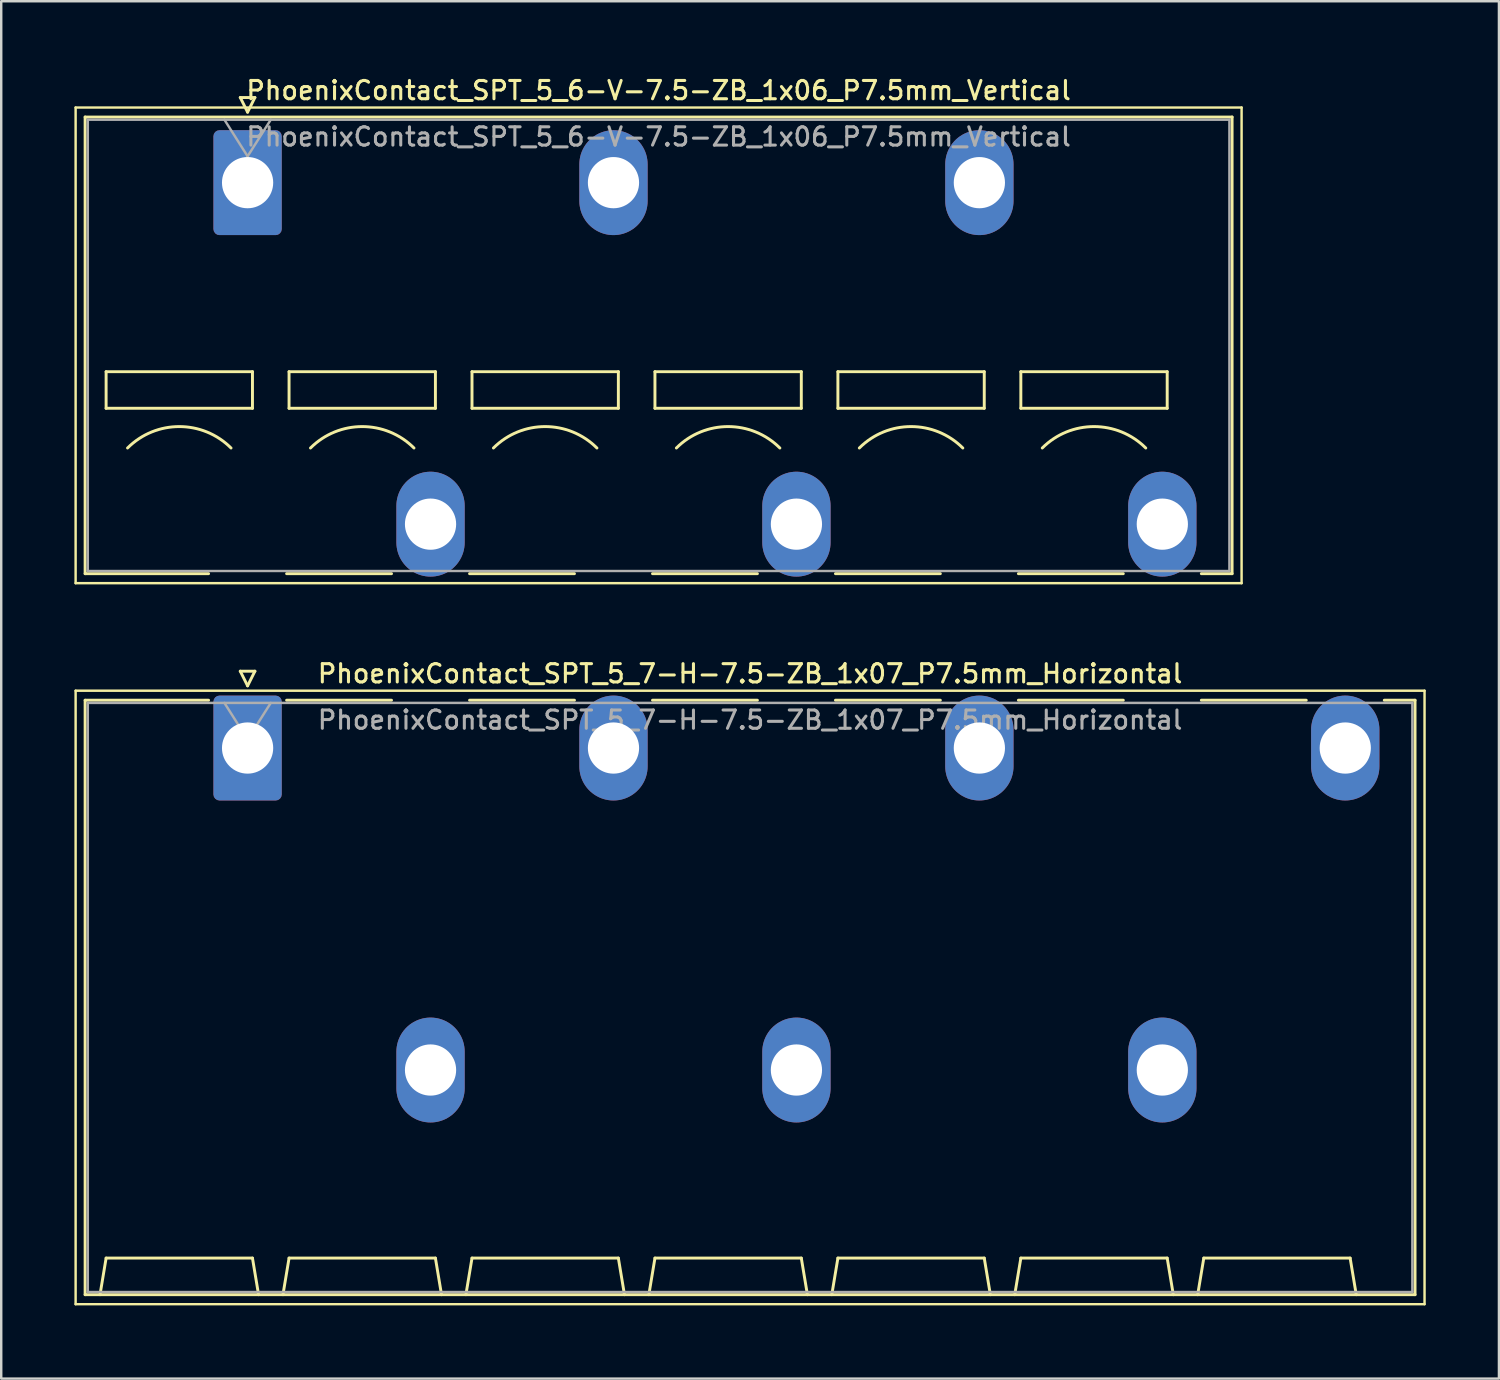
<source format=kicad_pcb>
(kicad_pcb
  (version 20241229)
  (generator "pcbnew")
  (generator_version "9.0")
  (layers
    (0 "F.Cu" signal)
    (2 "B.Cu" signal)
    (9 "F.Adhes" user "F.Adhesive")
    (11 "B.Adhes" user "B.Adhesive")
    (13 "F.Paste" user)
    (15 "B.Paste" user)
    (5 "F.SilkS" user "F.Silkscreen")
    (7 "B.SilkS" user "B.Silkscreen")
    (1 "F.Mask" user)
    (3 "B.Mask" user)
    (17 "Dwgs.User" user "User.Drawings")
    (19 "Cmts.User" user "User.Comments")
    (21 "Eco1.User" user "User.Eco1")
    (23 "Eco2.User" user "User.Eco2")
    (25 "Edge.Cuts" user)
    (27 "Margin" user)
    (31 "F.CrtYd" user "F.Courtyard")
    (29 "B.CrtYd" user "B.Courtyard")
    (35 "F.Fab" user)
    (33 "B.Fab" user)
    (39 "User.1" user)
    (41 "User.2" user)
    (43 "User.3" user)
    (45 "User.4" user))
  (footprint "PhoenixContact_SPT_5_6-V-7.5-ZB_1x06_P7.5mm_Vertical"
    (layer "F.Cu")
    (at 7.1 4.438)
    (property "Reference" "PhoenixContact_SPT_5_6-V-7.5-ZB_1x06_P7.5mm_Vertical" (at 16.85 -3.78 0) (layer "F.SilkS") (effects (font (size 0.75 0.75) (thickness 0.125))))
    (attr through_hole)
    (fp_line (start -7.05 -3.08) (end -7.05 16.42) (stroke (width 0.1) (type solid)) (layer "F.SilkS"))
    (fp_line (start -7.05 16.42) (end 40.75 16.42) (stroke (width 0.1) (type solid)) (layer "F.SilkS"))
    (fp_line (start -6.66 -2.69) (end 40.36 -2.69) (stroke (width 0.12) (type solid)) (layer "F.SilkS"))
    (fp_line (start -6.66 16.03) (end -6.66 -2.69) (stroke (width 0.12) (type solid)) (layer "F.SilkS"))
    (fp_line (start -6.66 16.03) (end -1.6 16.03) (stroke (width 0.12) (type solid)) (layer "F.SilkS"))
    (fp_line (start -5.8 7.75) (end -5.8 9.25) (stroke (width 0.12) (type solid)) (layer "F.SilkS"))
    (fp_line (start -5.8 9.25) (end 0.2 9.25) (stroke (width 0.12) (type solid)) (layer "F.SilkS"))
    (fp_line (start -0.3 -3.49) (end 0 -2.89) (stroke (width 0.12) (type solid)) (layer "F.SilkS"))
    (fp_line (start -0.3 -3.49) (end 0.3 -3.49) (stroke (width 0.12) (type solid)) (layer "F.SilkS"))
    (fp_line (start 0.2 7.75) (end -5.8 7.75) (stroke (width 0.12) (type solid)) (layer "F.SilkS"))
    (fp_line (start 0.2 9.25) (end 0.2 7.75) (stroke (width 0.12) (type solid)) (layer "F.SilkS"))
    (fp_line (start 0.3 -3.49) (end 0 -2.89) (stroke (width 0.12) (type solid)) (layer "F.SilkS"))
    (fp_line (start 1.6 16.03) (end 5.9 16.03) (stroke (width 0.12) (type solid)) (layer "F.SilkS"))
    (fp_line (start 1.7 7.75) (end 1.7 9.25) (stroke (width 0.12) (type solid)) (layer "F.SilkS"))
    (fp_line (start 1.7 9.25) (end 7.7 9.25) (stroke (width 0.12) (type solid)) (layer "F.SilkS"))
    (fp_line (start 7.7 7.75) (end 1.7 7.75) (stroke (width 0.12) (type solid)) (layer "F.SilkS"))
    (fp_line (start 7.7 9.25) (end 7.7 7.75) (stroke (width 0.12) (type solid)) (layer "F.SilkS"))
    (fp_line (start 9.1 16.03) (end 13.4 16.03) (stroke (width 0.12) (type solid)) (layer "F.SilkS"))
    (fp_line (start 9.2 7.75) (end 9.2 9.25) (stroke (width 0.12) (type solid)) (layer "F.SilkS"))
    (fp_line (start 9.2 9.25) (end 15.2 9.25) (stroke (width 0.12) (type solid)) (layer "F.SilkS"))
    (fp_line (start 15.2 7.75) (end 9.2 7.75) (stroke (width 0.12) (type solid)) (layer "F.SilkS"))
    (fp_line (start 15.2 9.25) (end 15.2 7.75) (stroke (width 0.12) (type solid)) (layer "F.SilkS"))
    (fp_line (start 16.6 16.03) (end 20.9 16.03) (stroke (width 0.12) (type solid)) (layer "F.SilkS"))
    (fp_line (start 16.7 7.75) (end 16.7 9.25) (stroke (width 0.12) (type solid)) (layer "F.SilkS"))
    (fp_line (start 16.7 9.25) (end 22.7 9.25) (stroke (width 0.12) (type solid)) (layer "F.SilkS"))
    (fp_line (start 22.7 7.75) (end 16.7 7.75) (stroke (width 0.12) (type solid)) (layer "F.SilkS"))
    (fp_line (start 22.7 9.25) (end 22.7 7.75) (stroke (width 0.12) (type solid)) (layer "F.SilkS"))
    (fp_line (start 24.1 16.03) (end 28.4 16.03) (stroke (width 0.12) (type solid)) (layer "F.SilkS"))
    (fp_line (start 24.2 7.75) (end 24.2 9.25) (stroke (width 0.12) (type solid)) (layer "F.SilkS"))
    (fp_line (start 24.2 9.25) (end 30.2 9.25) (stroke (width 0.12) (type solid)) (layer "F.SilkS"))
    (fp_line (start 30.2 7.75) (end 24.2 7.75) (stroke (width 0.12) (type solid)) (layer "F.SilkS"))
    (fp_line (start 30.2 9.25) (end 30.2 7.75) (stroke (width 0.12) (type solid)) (layer "F.SilkS"))
    (fp_line (start 31.6 16.03) (end 35.9 16.03) (stroke (width 0.12) (type solid)) (layer "F.SilkS"))
    (fp_line (start 31.7 7.75) (end 31.7 9.25) (stroke (width 0.12) (type solid)) (layer "F.SilkS"))
    (fp_line (start 31.7 9.25) (end 37.7 9.25) (stroke (width 0.12) (type solid)) (layer "F.SilkS"))
    (fp_line (start 37.7 7.75) (end 31.7 7.75) (stroke (width 0.12) (type solid)) (layer "F.SilkS"))
    (fp_line (start 37.7 9.25) (end 37.7 7.75) (stroke (width 0.12) (type solid)) (layer "F.SilkS"))
    (fp_line (start 39.1 16.03) (end 40.36 16.03) (stroke (width 0.12) (type solid)) (layer "F.SilkS"))
    (fp_line (start 40.36 -2.69) (end 40.36 16.03) (stroke (width 0.12) (type solid)) (layer "F.SilkS"))
    (fp_line (start 40.75 -3.08) (end -7.05 -3.08) (stroke (width 0.1) (type solid)) (layer "F.SilkS"))
    (fp_line (start 40.75 16.42) (end 40.75 -3.08) (stroke (width 0.1) (type solid)) (layer "F.SilkS"))
    (fp_arc (start -4.92132 10.87868) (mid -2.8 10) (end -0.67868 10.87868) (stroke (width 0.12) (type solid)) (layer "F.SilkS"))
    (fp_arc (start 2.57868 10.87868) (mid 4.7 10) (end 6.82132 10.87868) (stroke (width 0.12) (type solid)) (layer "F.SilkS"))
    (fp_arc (start 10.07868 10.87868) (mid 12.2 10) (end 14.32132 10.87868) (stroke (width 0.12) (type solid)) (layer "F.SilkS"))
    (fp_arc (start 17.57868 10.87868) (mid 19.7 10) (end 21.82132 10.87868) (stroke (width 0.12) (type solid)) (layer "F.SilkS"))
    (fp_arc (start 25.07868 10.87868) (mid 27.2 10) (end 29.32132 10.87868) (stroke (width 0.12) (type solid)) (layer "F.SilkS"))
    (fp_arc (start 32.57868 10.87868) (mid 34.7 10) (end 36.82132 10.87868) (stroke (width 0.12) (type solid)) (layer "F.SilkS"))
    (fp_line (start -6.55 -2.58) (end -6.55 15.92) (stroke (width 0.1) (type solid)) (layer "F.Fab"))
    (fp_line (start -6.55 15.92) (end 40.25 15.92) (stroke (width 0.1) (type solid)) (layer "F.Fab"))
    (fp_line (start -0.95 -2.58) (end 0 -1.08) (stroke (width 0.1) (type solid)) (layer "F.Fab"))
    (fp_line (start 0.95 -2.58) (end 0 -1.08) (stroke (width 0.1) (type solid)) (layer "F.Fab"))
    (fp_line (start 40.25 -2.58) (end -6.55 -2.58) (stroke (width 0.1) (type solid)) (layer "F.Fab"))
    (fp_line (start 40.25 15.92) (end 40.25 -2.58) (stroke (width 0.1) (type solid)) (layer "F.Fab"))
    (fp_text user "${REFERENCE}" (at 16.85 -1.88 0) (layer "F.Fab") (effects (font (size 0.75 0.75) (thickness 0.125))))
    (pad "1" thru_hole roundrect (at 0 0) (size 2.8 4.3) (drill 2.1) (layers "*.Cu" "*.Mask") (roundrect_rratio 0.089))
    (pad "2" thru_hole oval (at 7.5 14) (size 2.8 4.3) (drill 2.1) (layers "*.Cu" "*.Mask"))
    (pad "3" thru_hole oval (at 15 0) (size 2.8 4.3) (drill 2.1) (layers "*.Cu" "*.Mask"))
    (pad "4" thru_hole oval (at 22.5 14) (size 2.8 4.3) (drill 2.1) (layers "*.Cu" "*.Mask"))
    (pad "5" thru_hole oval (at 30 0) (size 2.8 4.3) (drill 2.1) (layers "*.Cu" "*.Mask"))
    (pad "6" thru_hole oval (at 37.5 14) (size 2.8 4.3) (drill 2.1) (layers "*.Cu" "*.Mask")))
  (footprint "PhoenixContact_SPT_5_7-H-7.5-ZB_1x07_P7.5mm_Horizontal"
    (layer "F.Cu")
    (at 7.1 27.616)
    (property "Reference" "PhoenixContact_SPT_5_7-H-7.5-ZB_1x07_P7.5mm_Horizontal" (at 20.6 -3.05 0) (layer "F.SilkS") (effects (font (size 0.75 0.75) (thickness 0.125))))
    (attr through_hole)
    (fp_line (start -7.05 -2.35) (end -7.05 22.8) (stroke (width 0.1) (type solid)) (layer "F.SilkS"))
    (fp_line (start -7.05 22.8) (end 48.25 22.8) (stroke (width 0.1) (type solid)) (layer "F.SilkS"))
    (fp_line (start -6.66 -1.96) (end -1.6 -1.96) (stroke (width 0.12) (type solid)) (layer "F.SilkS"))
    (fp_line (start -6.66 22.41) (end -6.66 -1.96) (stroke (width 0.12) (type solid)) (layer "F.SilkS"))
    (fp_line (start -6.05 22.41) (end -5.8 20.91) (stroke (width 0.12) (type solid)) (layer "F.SilkS"))
    (fp_line (start -5.8 20.91) (end 0.2 20.91) (stroke (width 0.12) (type solid)) (layer "F.SilkS"))
    (fp_line (start -0.3 -3.15) (end 0 -2.55) (stroke (width 0.12) (type solid)) (layer "F.SilkS"))
    (fp_line (start -0.3 -3.15) (end 0.3 -3.15) (stroke (width 0.12) (type solid)) (layer "F.SilkS"))
    (fp_line (start 0.3 -3.15) (end 0 -2.55) (stroke (width 0.12) (type solid)) (layer "F.SilkS"))
    (fp_line (start 0.45 22.41) (end 0.2 20.91) (stroke (width 0.12) (type solid)) (layer "F.SilkS"))
    (fp_line (start 1.45 22.41) (end 1.7 20.91) (stroke (width 0.12) (type solid)) (layer "F.SilkS"))
    (fp_line (start 1.6 -1.96) (end 5.9 -1.96) (stroke (width 0.12) (type solid)) (layer "F.SilkS"))
    (fp_line (start 1.7 20.91) (end 7.7 20.91) (stroke (width 0.12) (type solid)) (layer "F.SilkS"))
    (fp_line (start 7.95 22.41) (end 7.7 20.91) (stroke (width 0.12) (type solid)) (layer "F.SilkS"))
    (fp_line (start 8.95 22.41) (end 9.2 20.91) (stroke (width 0.12) (type solid)) (layer "F.SilkS"))
    (fp_line (start 9.1 -1.96) (end 13.4 -1.96) (stroke (width 0.12) (type solid)) (layer "F.SilkS"))
    (fp_line (start 9.2 20.91) (end 15.2 20.91) (stroke (width 0.12) (type solid)) (layer "F.SilkS"))
    (fp_line (start 15.45 22.41) (end 15.2 20.91) (stroke (width 0.12) (type solid)) (layer "F.SilkS"))
    (fp_line (start 16.45 22.41) (end 16.7 20.91) (stroke (width 0.12) (type solid)) (layer "F.SilkS"))
    (fp_line (start 16.6 -1.96) (end 20.9 -1.96) (stroke (width 0.12) (type solid)) (layer "F.SilkS"))
    (fp_line (start 16.7 20.91) (end 22.7 20.91) (stroke (width 0.12) (type solid)) (layer "F.SilkS"))
    (fp_line (start 22.95 22.41) (end 22.7 20.91) (stroke (width 0.12) (type solid)) (layer "F.SilkS"))
    (fp_line (start 23.95 22.41) (end 24.2 20.91) (stroke (width 0.12) (type solid)) (layer "F.SilkS"))
    (fp_line (start 24.1 -1.96) (end 28.4 -1.96) (stroke (width 0.12) (type solid)) (layer "F.SilkS"))
    (fp_line (start 24.2 20.91) (end 30.2 20.91) (stroke (width 0.12) (type solid)) (layer "F.SilkS"))
    (fp_line (start 30.45 22.41) (end 30.2 20.91) (stroke (width 0.12) (type solid)) (layer "F.SilkS"))
    (fp_line (start 31.45 22.41) (end 31.7 20.91) (stroke (width 0.12) (type solid)) (layer "F.SilkS"))
    (fp_line (start 31.6 -1.96) (end 35.9 -1.96) (stroke (width 0.12) (type solid)) (layer "F.SilkS"))
    (fp_line (start 31.7 20.91) (end 37.7 20.91) (stroke (width 0.12) (type solid)) (layer "F.SilkS"))
    (fp_line (start 37.95 22.41) (end 37.7 20.91) (stroke (width 0.12) (type solid)) (layer "F.SilkS"))
    (fp_line (start 38.95 22.41) (end 39.2 20.91) (stroke (width 0.12) (type solid)) (layer "F.SilkS"))
    (fp_line (start 39.1 -1.96) (end 43.4 -1.96) (stroke (width 0.12) (type solid)) (layer "F.SilkS"))
    (fp_line (start 39.2 20.91) (end 45.2 20.91) (stroke (width 0.12) (type solid)) (layer "F.SilkS"))
    (fp_line (start 45.45 22.41) (end 45.2 20.91) (stroke (width 0.12) (type solid)) (layer "F.SilkS"))
    (fp_line (start 46.6 -1.96) (end 47.86 -1.96) (stroke (width 0.12) (type solid)) (layer "F.SilkS"))
    (fp_line (start 47.86 -1.96) (end 47.86 22.41) (stroke (width 0.12) (type solid)) (layer "F.SilkS"))
    (fp_line (start 47.86 22.41) (end -6.66 22.41) (stroke (width 0.12) (type solid)) (layer "F.SilkS"))
    (fp_line (start 48.25 -2.35) (end -7.05 -2.35) (stroke (width 0.1) (type solid)) (layer "F.SilkS"))
    (fp_line (start 48.25 22.8) (end 48.25 -2.35) (stroke (width 0.1) (type solid)) (layer "F.SilkS"))
    (fp_line (start -6.55 -1.85) (end -6.55 22.3) (stroke (width 0.1) (type solid)) (layer "F.Fab"))
    (fp_line (start -6.55 22.3) (end 47.75 22.3) (stroke (width 0.1) (type solid)) (layer "F.Fab"))
    (fp_line (start -0.95 -1.85) (end 0 -0.35) (stroke (width 0.1) (type solid)) (layer "F.Fab"))
    (fp_line (start 0.95 -1.85) (end 0 -0.35) (stroke (width 0.1) (type solid)) (layer "F.Fab"))
    (fp_line (start 47.75 -1.85) (end -6.55 -1.85) (stroke (width 0.1) (type solid)) (layer "F.Fab"))
    (fp_line (start 47.75 22.3) (end 47.75 -1.85) (stroke (width 0.1) (type solid)) (layer "F.Fab"))
    (fp_text user "${REFERENCE}" (at 20.6 -1.15 0) (layer "F.Fab") (effects (font (size 0.75 0.75) (thickness 0.125))))
    (pad "1" thru_hole roundrect (at 0 0) (size 2.8 4.3) (drill 2.1) (layers "*.Cu" "*.Mask") (roundrect_rratio 0.089))
    (pad "2" thru_hole oval (at 7.5 13.2) (size 2.8 4.3) (drill 2.1) (layers "*.Cu" "*.Mask"))
    (pad "3" thru_hole oval (at 15 0) (size 2.8 4.3) (drill 2.1) (layers "*.Cu" "*.Mask"))
    (pad "4" thru_hole oval (at 22.5 13.2) (size 2.8 4.3) (drill 2.1) (layers "*.Cu" "*.Mask"))
    (pad "5" thru_hole oval (at 30 0) (size 2.8 4.3) (drill 2.1) (layers "*.Cu" "*.Mask"))
    (pad "6" thru_hole oval (at 37.5 13.2) (size 2.8 4.3) (drill 2.1) (layers "*.Cu" "*.Mask"))
    (pad "7" thru_hole oval (at 45 0) (size 2.8 4.3) (drill 2.1) (layers "*.Cu" "*.Mask")))
  (gr_rect
    (start -3 -3)
    (end 58.4 53.466)
    (stroke (width 0.1) (type default))
    (fill no)
    (layer "Edge.Cuts")))
</source>
